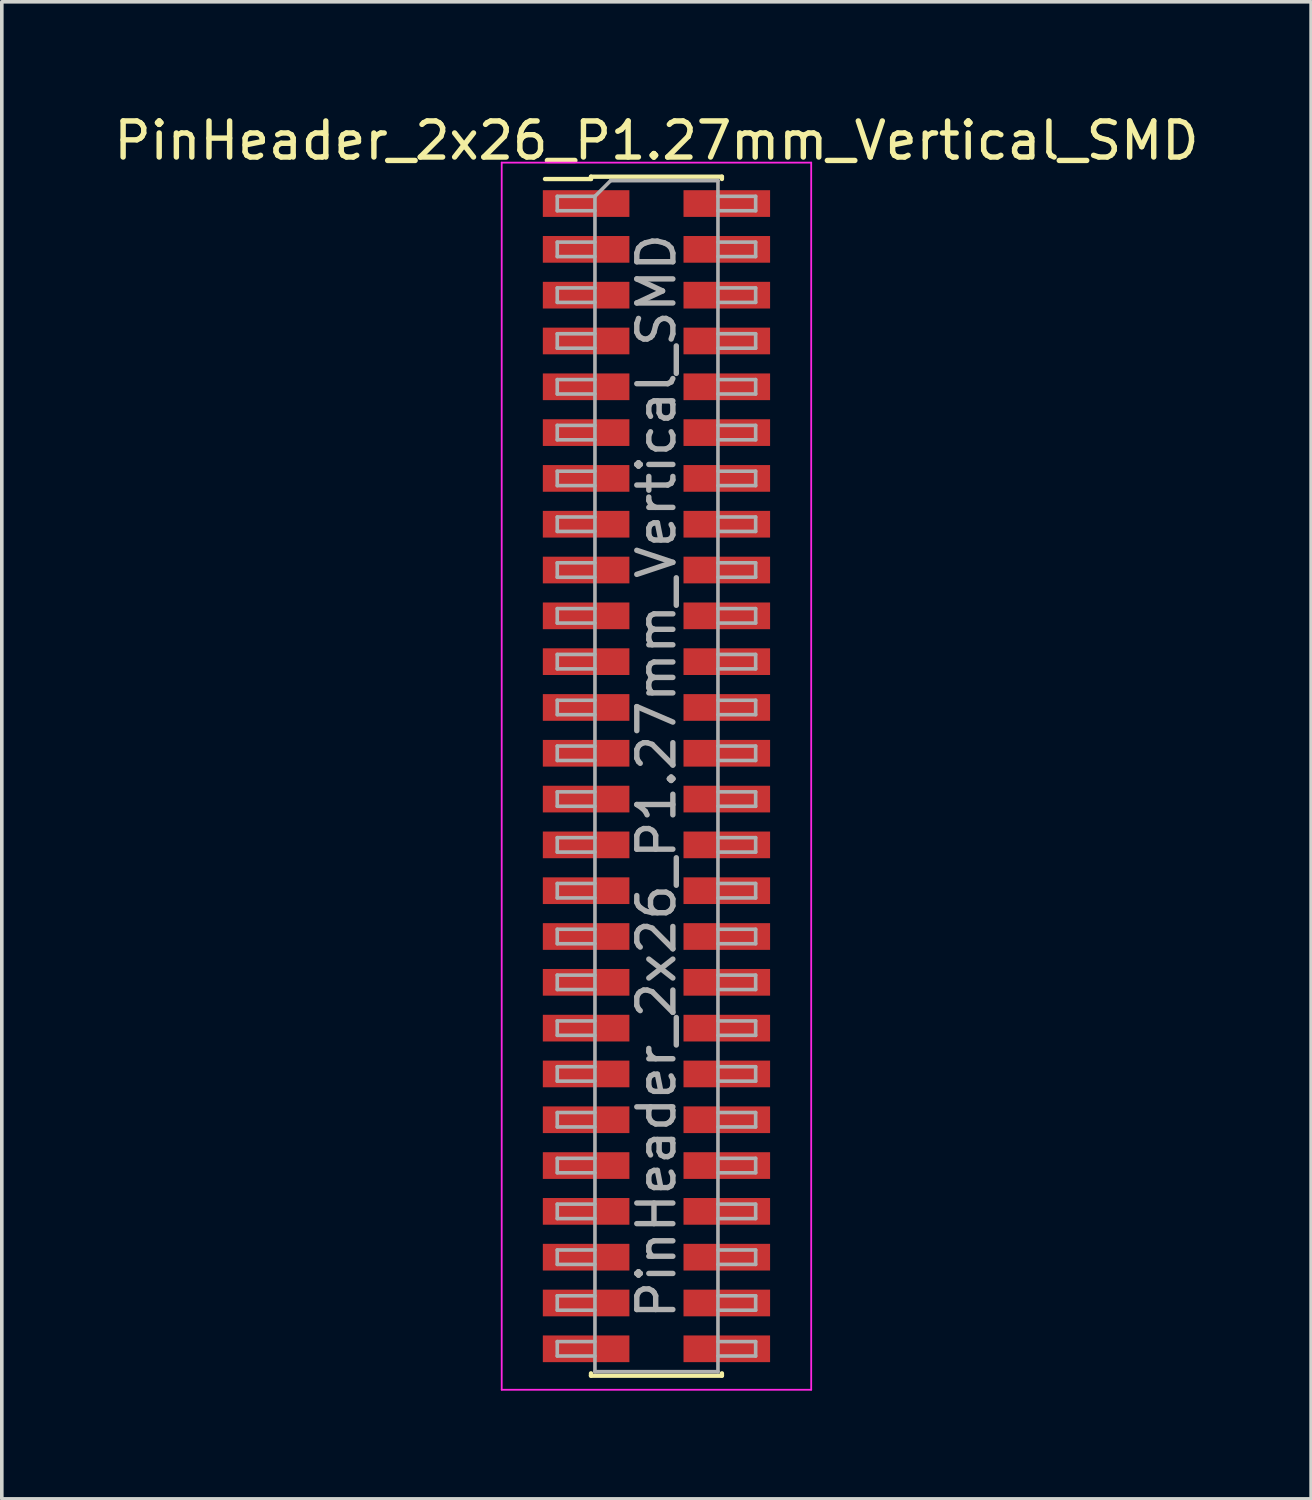
<source format=kicad_pcb>
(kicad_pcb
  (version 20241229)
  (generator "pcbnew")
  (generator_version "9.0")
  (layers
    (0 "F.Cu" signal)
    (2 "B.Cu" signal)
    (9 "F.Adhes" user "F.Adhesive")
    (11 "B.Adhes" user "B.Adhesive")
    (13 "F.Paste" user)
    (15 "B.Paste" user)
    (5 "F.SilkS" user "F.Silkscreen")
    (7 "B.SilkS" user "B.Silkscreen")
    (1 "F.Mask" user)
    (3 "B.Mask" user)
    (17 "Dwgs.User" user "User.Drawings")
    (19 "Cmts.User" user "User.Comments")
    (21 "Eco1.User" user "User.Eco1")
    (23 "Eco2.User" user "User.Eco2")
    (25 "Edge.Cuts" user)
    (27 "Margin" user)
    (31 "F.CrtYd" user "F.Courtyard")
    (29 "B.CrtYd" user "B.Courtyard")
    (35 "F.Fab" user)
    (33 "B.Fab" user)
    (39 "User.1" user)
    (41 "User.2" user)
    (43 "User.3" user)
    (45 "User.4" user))
  (footprint "PinHeader_2x26_P1.27mm_Vertical_SMD"
    (layer "F.Cu")
    (at 15.149 18.468)
    (property "Reference" "PinHeader_2x26_P1.27mm_Vertical_SMD" (at 0 -17.62 0) (layer "F.SilkS") (effects (font (size 1 1) (thickness 0.15))))
    (attr smd)
    (fp_line (start -3.09 -16.555) (end -1.815 -16.555) (stroke (width 0.12) (type solid)) (layer "F.SilkS"))
    (fp_line (start -1.815 -16.62) (end -1.815 -16.555) (stroke (width 0.12) (type solid)) (layer "F.SilkS"))
    (fp_line (start -1.815 -16.62) (end 1.815 -16.62) (stroke (width 0.12) (type solid)) (layer "F.SilkS"))
    (fp_line (start -1.815 16.555) (end -1.815 16.62) (stroke (width 0.12) (type solid)) (layer "F.SilkS"))
    (fp_line (start -1.815 16.62) (end 1.815 16.62) (stroke (width 0.12) (type solid)) (layer "F.SilkS"))
    (fp_line (start 1.815 -16.62) (end 1.815 -16.555) (stroke (width 0.12) (type solid)) (layer "F.SilkS"))
    (fp_line (start 1.815 16.555) (end 1.815 16.62) (stroke (width 0.12) (type solid)) (layer "F.SilkS"))
    (fp_line (start -4.29 -17.01) (end -4.29 17.01) (stroke (width 0.05) (type solid)) (layer "F.CrtYd"))
    (fp_line (start -4.29 17.01) (end 4.29 17.01) (stroke (width 0.05) (type solid)) (layer "F.CrtYd"))
    (fp_line (start 4.29 -17.01) (end -4.29 -17.01) (stroke (width 0.05) (type solid)) (layer "F.CrtYd"))
    (fp_line (start 4.29 17.01) (end 4.29 -17.01) (stroke (width 0.05) (type solid)) (layer "F.CrtYd"))
    (fp_line (start -2.75 -16.075) (end -2.75 -15.675) (stroke (width 0.1) (type solid)) (layer "F.Fab"))
    (fp_line (start -2.75 -15.675) (end -1.705 -15.675) (stroke (width 0.1) (type solid)) (layer "F.Fab"))
    (fp_line (start -2.75 -14.805) (end -2.75 -14.405) (stroke (width 0.1) (type solid)) (layer "F.Fab"))
    (fp_line (start -2.75 -14.405) (end -1.705 -14.405) (stroke (width 0.1) (type solid)) (layer "F.Fab"))
    (fp_line (start -2.75 -13.535) (end -2.75 -13.135) (stroke (width 0.1) (type solid)) (layer "F.Fab"))
    (fp_line (start -2.75 -13.135) (end -1.705 -13.135) (stroke (width 0.1) (type solid)) (layer "F.Fab"))
    (fp_line (start -2.75 -12.265) (end -2.75 -11.865) (stroke (width 0.1) (type solid)) (layer "F.Fab"))
    (fp_line (start -2.75 -11.865) (end -1.705 -11.865) (stroke (width 0.1) (type solid)) (layer "F.Fab"))
    (fp_line (start -2.75 -10.995) (end -2.75 -10.595) (stroke (width 0.1) (type solid)) (layer "F.Fab"))
    (fp_line (start -2.75 -10.595) (end -1.705 -10.595) (stroke (width 0.1) (type solid)) (layer "F.Fab"))
    (fp_line (start -2.75 -9.725) (end -2.75 -9.325) (stroke (width 0.1) (type solid)) (layer "F.Fab"))
    (fp_line (start -2.75 -9.325) (end -1.705 -9.325) (stroke (width 0.1) (type solid)) (layer "F.Fab"))
    (fp_line (start -2.75 -8.455) (end -2.75 -8.055) (stroke (width 0.1) (type solid)) (layer "F.Fab"))
    (fp_line (start -2.75 -8.055) (end -1.705 -8.055) (stroke (width 0.1) (type solid)) (layer "F.Fab"))
    (fp_line (start -2.75 -7.185) (end -2.75 -6.785) (stroke (width 0.1) (type solid)) (layer "F.Fab"))
    (fp_line (start -2.75 -6.785) (end -1.705 -6.785) (stroke (width 0.1) (type solid)) (layer "F.Fab"))
    (fp_line (start -2.75 -5.915) (end -2.75 -5.515) (stroke (width 0.1) (type solid)) (layer "F.Fab"))
    (fp_line (start -2.75 -5.515) (end -1.705 -5.515) (stroke (width 0.1) (type solid)) (layer "F.Fab"))
    (fp_line (start -2.75 -4.645) (end -2.75 -4.245) (stroke (width 0.1) (type solid)) (layer "F.Fab"))
    (fp_line (start -2.75 -4.245) (end -1.705 -4.245) (stroke (width 0.1) (type solid)) (layer "F.Fab"))
    (fp_line (start -2.75 -3.375) (end -2.75 -2.975) (stroke (width 0.1) (type solid)) (layer "F.Fab"))
    (fp_line (start -2.75 -2.975) (end -1.705 -2.975) (stroke (width 0.1) (type solid)) (layer "F.Fab"))
    (fp_line (start -2.75 -2.105) (end -2.75 -1.705) (stroke (width 0.1) (type solid)) (layer "F.Fab"))
    (fp_line (start -2.75 -1.705) (end -1.705 -1.705) (stroke (width 0.1) (type solid)) (layer "F.Fab"))
    (fp_line (start -2.75 -0.835) (end -2.75 -0.435) (stroke (width 0.1) (type solid)) (layer "F.Fab"))
    (fp_line (start -2.75 -0.435) (end -1.705 -0.435) (stroke (width 0.1) (type solid)) (layer "F.Fab"))
    (fp_line (start -2.75 0.435) (end -2.75 0.835) (stroke (width 0.1) (type solid)) (layer "F.Fab"))
    (fp_line (start -2.75 0.835) (end -1.705 0.835) (stroke (width 0.1) (type solid)) (layer "F.Fab"))
    (fp_line (start -2.75 1.705) (end -2.75 2.105) (stroke (width 0.1) (type solid)) (layer "F.Fab"))
    (fp_line (start -2.75 2.105) (end -1.705 2.105) (stroke (width 0.1) (type solid)) (layer "F.Fab"))
    (fp_line (start -2.75 2.975) (end -2.75 3.375) (stroke (width 0.1) (type solid)) (layer "F.Fab"))
    (fp_line (start -2.75 3.375) (end -1.705 3.375) (stroke (width 0.1) (type solid)) (layer "F.Fab"))
    (fp_line (start -2.75 4.245) (end -2.75 4.645) (stroke (width 0.1) (type solid)) (layer "F.Fab"))
    (fp_line (start -2.75 4.645) (end -1.705 4.645) (stroke (width 0.1) (type solid)) (layer "F.Fab"))
    (fp_line (start -2.75 5.515) (end -2.75 5.915) (stroke (width 0.1) (type solid)) (layer "F.Fab"))
    (fp_line (start -2.75 5.915) (end -1.705 5.915) (stroke (width 0.1) (type solid)) (layer "F.Fab"))
    (fp_line (start -2.75 6.785) (end -2.75 7.185) (stroke (width 0.1) (type solid)) (layer "F.Fab"))
    (fp_line (start -2.75 7.185) (end -1.705 7.185) (stroke (width 0.1) (type solid)) (layer "F.Fab"))
    (fp_line (start -2.75 8.055) (end -2.75 8.455) (stroke (width 0.1) (type solid)) (layer "F.Fab"))
    (fp_line (start -2.75 8.455) (end -1.705 8.455) (stroke (width 0.1) (type solid)) (layer "F.Fab"))
    (fp_line (start -2.75 9.325) (end -2.75 9.725) (stroke (width 0.1) (type solid)) (layer "F.Fab"))
    (fp_line (start -2.75 9.725) (end -1.705 9.725) (stroke (width 0.1) (type solid)) (layer "F.Fab"))
    (fp_line (start -2.75 10.595) (end -2.75 10.995) (stroke (width 0.1) (type solid)) (layer "F.Fab"))
    (fp_line (start -2.75 10.995) (end -1.705 10.995) (stroke (width 0.1) (type solid)) (layer "F.Fab"))
    (fp_line (start -2.75 11.865) (end -2.75 12.265) (stroke (width 0.1) (type solid)) (layer "F.Fab"))
    (fp_line (start -2.75 12.265) (end -1.705 12.265) (stroke (width 0.1) (type solid)) (layer "F.Fab"))
    (fp_line (start -2.75 13.135) (end -2.75 13.535) (stroke (width 0.1) (type solid)) (layer "F.Fab"))
    (fp_line (start -2.75 13.535) (end -1.705 13.535) (stroke (width 0.1) (type solid)) (layer "F.Fab"))
    (fp_line (start -2.75 14.405) (end -2.75 14.805) (stroke (width 0.1) (type solid)) (layer "F.Fab"))
    (fp_line (start -2.75 14.805) (end -1.705 14.805) (stroke (width 0.1) (type solid)) (layer "F.Fab"))
    (fp_line (start -2.75 15.675) (end -2.75 16.075) (stroke (width 0.1) (type solid)) (layer "F.Fab"))
    (fp_line (start -2.75 16.075) (end -1.705 16.075) (stroke (width 0.1) (type solid)) (layer "F.Fab"))
    (fp_line (start -1.705 -16.075) (end -2.75 -16.075) (stroke (width 0.1) (type solid)) (layer "F.Fab"))
    (fp_line (start -1.705 -16.075) (end -1.27 -16.51) (stroke (width 0.1) (type solid)) (layer "F.Fab"))
    (fp_line (start -1.705 -14.805) (end -2.75 -14.805) (stroke (width 0.1) (type solid)) (layer "F.Fab"))
    (fp_line (start -1.705 -13.535) (end -2.75 -13.535) (stroke (width 0.1) (type solid)) (layer "F.Fab"))
    (fp_line (start -1.705 -12.265) (end -2.75 -12.265) (stroke (width 0.1) (type solid)) (layer "F.Fab"))
    (fp_line (start -1.705 -10.995) (end -2.75 -10.995) (stroke (width 0.1) (type solid)) (layer "F.Fab"))
    (fp_line (start -1.705 -9.725) (end -2.75 -9.725) (stroke (width 0.1) (type solid)) (layer "F.Fab"))
    (fp_line (start -1.705 -8.455) (end -2.75 -8.455) (stroke (width 0.1) (type solid)) (layer "F.Fab"))
    (fp_line (start -1.705 -7.185) (end -2.75 -7.185) (stroke (width 0.1) (type solid)) (layer "F.Fab"))
    (fp_line (start -1.705 -5.915) (end -2.75 -5.915) (stroke (width 0.1) (type solid)) (layer "F.Fab"))
    (fp_line (start -1.705 -4.645) (end -2.75 -4.645) (stroke (width 0.1) (type solid)) (layer "F.Fab"))
    (fp_line (start -1.705 -3.375) (end -2.75 -3.375) (stroke (width 0.1) (type solid)) (layer "F.Fab"))
    (fp_line (start -1.705 -2.105) (end -2.75 -2.105) (stroke (width 0.1) (type solid)) (layer "F.Fab"))
    (fp_line (start -1.705 -0.835) (end -2.75 -0.835) (stroke (width 0.1) (type solid)) (layer "F.Fab"))
    (fp_line (start -1.705 0.435) (end -2.75 0.435) (stroke (width 0.1) (type solid)) (layer "F.Fab"))
    (fp_line (start -1.705 1.705) (end -2.75 1.705) (stroke (width 0.1) (type solid)) (layer "F.Fab"))
    (fp_line (start -1.705 2.975) (end -2.75 2.975) (stroke (width 0.1) (type solid)) (layer "F.Fab"))
    (fp_line (start -1.705 4.245) (end -2.75 4.245) (stroke (width 0.1) (type solid)) (layer "F.Fab"))
    (fp_line (start -1.705 5.515) (end -2.75 5.515) (stroke (width 0.1) (type solid)) (layer "F.Fab"))
    (fp_line (start -1.705 6.785) (end -2.75 6.785) (stroke (width 0.1) (type solid)) (layer "F.Fab"))
    (fp_line (start -1.705 8.055) (end -2.75 8.055) (stroke (width 0.1) (type solid)) (layer "F.Fab"))
    (fp_line (start -1.705 9.325) (end -2.75 9.325) (stroke (width 0.1) (type solid)) (layer "F.Fab"))
    (fp_line (start -1.705 10.595) (end -2.75 10.595) (stroke (width 0.1) (type solid)) (layer "F.Fab"))
    (fp_line (start -1.705 11.865) (end -2.75 11.865) (stroke (width 0.1) (type solid)) (layer "F.Fab"))
    (fp_line (start -1.705 13.135) (end -2.75 13.135) (stroke (width 0.1) (type solid)) (layer "F.Fab"))
    (fp_line (start -1.705 14.405) (end -2.75 14.405) (stroke (width 0.1) (type solid)) (layer "F.Fab"))
    (fp_line (start -1.705 15.675) (end -2.75 15.675) (stroke (width 0.1) (type solid)) (layer "F.Fab"))
    (fp_line (start -1.705 16.51) (end -1.705 -16.075) (stroke (width 0.1) (type solid)) (layer "F.Fab"))
    (fp_line (start -1.27 -16.51) (end 1.705 -16.51) (stroke (width 0.1) (type solid)) (layer "F.Fab"))
    (fp_line (start 1.705 -16.51) (end 1.705 16.51) (stroke (width 0.1) (type solid)) (layer "F.Fab"))
    (fp_line (start 1.705 -16.075) (end 2.75 -16.075) (stroke (width 0.1) (type solid)) (layer "F.Fab"))
    (fp_line (start 1.705 -14.805) (end 2.75 -14.805) (stroke (width 0.1) (type solid)) (layer "F.Fab"))
    (fp_line (start 1.705 -13.535) (end 2.75 -13.535) (stroke (width 0.1) (type solid)) (layer "F.Fab"))
    (fp_line (start 1.705 -12.265) (end 2.75 -12.265) (stroke (width 0.1) (type solid)) (layer "F.Fab"))
    (fp_line (start 1.705 -10.995) (end 2.75 -10.995) (stroke (width 0.1) (type solid)) (layer "F.Fab"))
    (fp_line (start 1.705 -9.725) (end 2.75 -9.725) (stroke (width 0.1) (type solid)) (layer "F.Fab"))
    (fp_line (start 1.705 -8.455) (end 2.75 -8.455) (stroke (width 0.1) (type solid)) (layer "F.Fab"))
    (fp_line (start 1.705 -7.185) (end 2.75 -7.185) (stroke (width 0.1) (type solid)) (layer "F.Fab"))
    (fp_line (start 1.705 -5.915) (end 2.75 -5.915) (stroke (width 0.1) (type solid)) (layer "F.Fab"))
    (fp_line (start 1.705 -4.645) (end 2.75 -4.645) (stroke (width 0.1) (type solid)) (layer "F.Fab"))
    (fp_line (start 1.705 -3.375) (end 2.75 -3.375) (stroke (width 0.1) (type solid)) (layer "F.Fab"))
    (fp_line (start 1.705 -2.105) (end 2.75 -2.105) (stroke (width 0.1) (type solid)) (layer "F.Fab"))
    (fp_line (start 1.705 -0.835) (end 2.75 -0.835) (stroke (width 0.1) (type solid)) (layer "F.Fab"))
    (fp_line (start 1.705 0.435) (end 2.75 0.435) (stroke (width 0.1) (type solid)) (layer "F.Fab"))
    (fp_line (start 1.705 1.705) (end 2.75 1.705) (stroke (width 0.1) (type solid)) (layer "F.Fab"))
    (fp_line (start 1.705 2.975) (end 2.75 2.975) (stroke (width 0.1) (type solid)) (layer "F.Fab"))
    (fp_line (start 1.705 4.245) (end 2.75 4.245) (stroke (width 0.1) (type solid)) (layer "F.Fab"))
    (fp_line (start 1.705 5.515) (end 2.75 5.515) (stroke (width 0.1) (type solid)) (layer "F.Fab"))
    (fp_line (start 1.705 6.785) (end 2.75 6.785) (stroke (width 0.1) (type solid)) (layer "F.Fab"))
    (fp_line (start 1.705 8.055) (end 2.75 8.055) (stroke (width 0.1) (type solid)) (layer "F.Fab"))
    (fp_line (start 1.705 9.325) (end 2.75 9.325) (stroke (width 0.1) (type solid)) (layer "F.Fab"))
    (fp_line (start 1.705 10.595) (end 2.75 10.595) (stroke (width 0.1) (type solid)) (layer "F.Fab"))
    (fp_line (start 1.705 11.865) (end 2.75 11.865) (stroke (width 0.1) (type solid)) (layer "F.Fab"))
    (fp_line (start 1.705 13.135) (end 2.75 13.135) (stroke (width 0.1) (type solid)) (layer "F.Fab"))
    (fp_line (start 1.705 14.405) (end 2.75 14.405) (stroke (width 0.1) (type solid)) (layer "F.Fab"))
    (fp_line (start 1.705 15.675) (end 2.75 15.675) (stroke (width 0.1) (type solid)) (layer "F.Fab"))
    (fp_line (start 1.705 16.51) (end -1.705 16.51) (stroke (width 0.1) (type solid)) (layer "F.Fab"))
    (fp_line (start 2.75 -16.075) (end 2.75 -15.675) (stroke (width 0.1) (type solid)) (layer "F.Fab"))
    (fp_line (start 2.75 -15.675) (end 1.705 -15.675) (stroke (width 0.1) (type solid)) (layer "F.Fab"))
    (fp_line (start 2.75 -14.805) (end 2.75 -14.405) (stroke (width 0.1) (type solid)) (layer "F.Fab"))
    (fp_line (start 2.75 -14.405) (end 1.705 -14.405) (stroke (width 0.1) (type solid)) (layer "F.Fab"))
    (fp_line (start 2.75 -13.535) (end 2.75 -13.135) (stroke (width 0.1) (type solid)) (layer "F.Fab"))
    (fp_line (start 2.75 -13.135) (end 1.705 -13.135) (stroke (width 0.1) (type solid)) (layer "F.Fab"))
    (fp_line (start 2.75 -12.265) (end 2.75 -11.865) (stroke (width 0.1) (type solid)) (layer "F.Fab"))
    (fp_line (start 2.75 -11.865) (end 1.705 -11.865) (stroke (width 0.1) (type solid)) (layer "F.Fab"))
    (fp_line (start 2.75 -10.995) (end 2.75 -10.595) (stroke (width 0.1) (type solid)) (layer "F.Fab"))
    (fp_line (start 2.75 -10.595) (end 1.705 -10.595) (stroke (width 0.1) (type solid)) (layer "F.Fab"))
    (fp_line (start 2.75 -9.725) (end 2.75 -9.325) (stroke (width 0.1) (type solid)) (layer "F.Fab"))
    (fp_line (start 2.75 -9.325) (end 1.705 -9.325) (stroke (width 0.1) (type solid)) (layer "F.Fab"))
    (fp_line (start 2.75 -8.455) (end 2.75 -8.055) (stroke (width 0.1) (type solid)) (layer "F.Fab"))
    (fp_line (start 2.75 -8.055) (end 1.705 -8.055) (stroke (width 0.1) (type solid)) (layer "F.Fab"))
    (fp_line (start 2.75 -7.185) (end 2.75 -6.785) (stroke (width 0.1) (type solid)) (layer "F.Fab"))
    (fp_line (start 2.75 -6.785) (end 1.705 -6.785) (stroke (width 0.1) (type solid)) (layer "F.Fab"))
    (fp_line (start 2.75 -5.915) (end 2.75 -5.515) (stroke (width 0.1) (type solid)) (layer "F.Fab"))
    (fp_line (start 2.75 -5.515) (end 1.705 -5.515) (stroke (width 0.1) (type solid)) (layer "F.Fab"))
    (fp_line (start 2.75 -4.645) (end 2.75 -4.245) (stroke (width 0.1) (type solid)) (layer "F.Fab"))
    (fp_line (start 2.75 -4.245) (end 1.705 -4.245) (stroke (width 0.1) (type solid)) (layer "F.Fab"))
    (fp_line (start 2.75 -3.375) (end 2.75 -2.975) (stroke (width 0.1) (type solid)) (layer "F.Fab"))
    (fp_line (start 2.75 -2.975) (end 1.705 -2.975) (stroke (width 0.1) (type solid)) (layer "F.Fab"))
    (fp_line (start 2.75 -2.105) (end 2.75 -1.705) (stroke (width 0.1) (type solid)) (layer "F.Fab"))
    (fp_line (start 2.75 -1.705) (end 1.705 -1.705) (stroke (width 0.1) (type solid)) (layer "F.Fab"))
    (fp_line (start 2.75 -0.835) (end 2.75 -0.435) (stroke (width 0.1) (type solid)) (layer "F.Fab"))
    (fp_line (start 2.75 -0.435) (end 1.705 -0.435) (stroke (width 0.1) (type solid)) (layer "F.Fab"))
    (fp_line (start 2.75 0.435) (end 2.75 0.835) (stroke (width 0.1) (type solid)) (layer "F.Fab"))
    (fp_line (start 2.75 0.835) (end 1.705 0.835) (stroke (width 0.1) (type solid)) (layer "F.Fab"))
    (fp_line (start 2.75 1.705) (end 2.75 2.105) (stroke (width 0.1) (type solid)) (layer "F.Fab"))
    (fp_line (start 2.75 2.105) (end 1.705 2.105) (stroke (width 0.1) (type solid)) (layer "F.Fab"))
    (fp_line (start 2.75 2.975) (end 2.75 3.375) (stroke (width 0.1) (type solid)) (layer "F.Fab"))
    (fp_line (start 2.75 3.375) (end 1.705 3.375) (stroke (width 0.1) (type solid)) (layer "F.Fab"))
    (fp_line (start 2.75 4.245) (end 2.75 4.645) (stroke (width 0.1) (type solid)) (layer "F.Fab"))
    (fp_line (start 2.75 4.645) (end 1.705 4.645) (stroke (width 0.1) (type solid)) (layer "F.Fab"))
    (fp_line (start 2.75 5.515) (end 2.75 5.915) (stroke (width 0.1) (type solid)) (layer "F.Fab"))
    (fp_line (start 2.75 5.915) (end 1.705 5.915) (stroke (width 0.1) (type solid)) (layer "F.Fab"))
    (fp_line (start 2.75 6.785) (end 2.75 7.185) (stroke (width 0.1) (type solid)) (layer "F.Fab"))
    (fp_line (start 2.75 7.185) (end 1.705 7.185) (stroke (width 0.1) (type solid)) (layer "F.Fab"))
    (fp_line (start 2.75 8.055) (end 2.75 8.455) (stroke (width 0.1) (type solid)) (layer "F.Fab"))
    (fp_line (start 2.75 8.455) (end 1.705 8.455) (stroke (width 0.1) (type solid)) (layer "F.Fab"))
    (fp_line (start 2.75 9.325) (end 2.75 9.725) (stroke (width 0.1) (type solid)) (layer "F.Fab"))
    (fp_line (start 2.75 9.725) (end 1.705 9.725) (stroke (width 0.1) (type solid)) (layer "F.Fab"))
    (fp_line (start 2.75 10.595) (end 2.75 10.995) (stroke (width 0.1) (type solid)) (layer "F.Fab"))
    (fp_line (start 2.75 10.995) (end 1.705 10.995) (stroke (width 0.1) (type solid)) (layer "F.Fab"))
    (fp_line (start 2.75 11.865) (end 2.75 12.265) (stroke (width 0.1) (type solid)) (layer "F.Fab"))
    (fp_line (start 2.75 12.265) (end 1.705 12.265) (stroke (width 0.1) (type solid)) (layer "F.Fab"))
    (fp_line (start 2.75 13.135) (end 2.75 13.535) (stroke (width 0.1) (type solid)) (layer "F.Fab"))
    (fp_line (start 2.75 13.535) (end 1.705 13.535) (stroke (width 0.1) (type solid)) (layer "F.Fab"))
    (fp_line (start 2.75 14.405) (end 2.75 14.805) (stroke (width 0.1) (type solid)) (layer "F.Fab"))
    (fp_line (start 2.75 14.805) (end 1.705 14.805) (stroke (width 0.1) (type solid)) (layer "F.Fab"))
    (fp_line (start 2.75 15.675) (end 2.75 16.075) (stroke (width 0.1) (type solid)) (layer "F.Fab"))
    (fp_line (start 2.75 16.075) (end 1.705 16.075) (stroke (width 0.1) (type solid)) (layer "F.Fab"))
    (fp_text user "${REFERENCE}" (at 0 0 90) (layer "F.Fab") (effects (font (size 1 1) (thickness 0.15))))
    (pad "1" smd rect (at -1.95 -15.875) (size 2.4 0.74) (layers "F.Cu" "F.Mask" "F.Paste"))
    (pad "2" smd rect (at 1.95 -15.875) (size 2.4 0.74) (layers "F.Cu" "F.Mask" "F.Paste"))
    (pad "3" smd rect (at -1.95 -14.605) (size 2.4 0.74) (layers "F.Cu" "F.Mask" "F.Paste"))
    (pad "4" smd rect (at 1.95 -14.605) (size 2.4 0.74) (layers "F.Cu" "F.Mask" "F.Paste"))
    (pad "5" smd rect (at -1.95 -13.335) (size 2.4 0.74) (layers "F.Cu" "F.Mask" "F.Paste"))
    (pad "6" smd rect (at 1.95 -13.335) (size 2.4 0.74) (layers "F.Cu" "F.Mask" "F.Paste"))
    (pad "7" smd rect (at -1.95 -12.065) (size 2.4 0.74) (layers "F.Cu" "F.Mask" "F.Paste"))
    (pad "8" smd rect (at 1.95 -12.065) (size 2.4 0.74) (layers "F.Cu" "F.Mask" "F.Paste"))
    (pad "9" smd rect (at -1.95 -10.795) (size 2.4 0.74) (layers "F.Cu" "F.Mask" "F.Paste"))
    (pad "10" smd rect (at 1.95 -10.795) (size 2.4 0.74) (layers "F.Cu" "F.Mask" "F.Paste"))
    (pad "11" smd rect (at -1.95 -9.525) (size 2.4 0.74) (layers "F.Cu" "F.Mask" "F.Paste"))
    (pad "12" smd rect (at 1.95 -9.525) (size 2.4 0.74) (layers "F.Cu" "F.Mask" "F.Paste"))
    (pad "13" smd rect (at -1.95 -8.255) (size 2.4 0.74) (layers "F.Cu" "F.Mask" "F.Paste"))
    (pad "14" smd rect (at 1.95 -8.255) (size 2.4 0.74) (layers "F.Cu" "F.Mask" "F.Paste"))
    (pad "15" smd rect (at -1.95 -6.985) (size 2.4 0.74) (layers "F.Cu" "F.Mask" "F.Paste"))
    (pad "16" smd rect (at 1.95 -6.985) (size 2.4 0.74) (layers "F.Cu" "F.Mask" "F.Paste"))
    (pad "17" smd rect (at -1.95 -5.715) (size 2.4 0.74) (layers "F.Cu" "F.Mask" "F.Paste"))
    (pad "18" smd rect (at 1.95 -5.715) (size 2.4 0.74) (layers "F.Cu" "F.Mask" "F.Paste"))
    (pad "19" smd rect (at -1.95 -4.445) (size 2.4 0.74) (layers "F.Cu" "F.Mask" "F.Paste"))
    (pad "20" smd rect (at 1.95 -4.445) (size 2.4 0.74) (layers "F.Cu" "F.Mask" "F.Paste"))
    (pad "21" smd rect (at -1.95 -3.175) (size 2.4 0.74) (layers "F.Cu" "F.Mask" "F.Paste"))
    (pad "22" smd rect (at 1.95 -3.175) (size 2.4 0.74) (layers "F.Cu" "F.Mask" "F.Paste"))
    (pad "23" smd rect (at -1.95 -1.905) (size 2.4 0.74) (layers "F.Cu" "F.Mask" "F.Paste"))
    (pad "24" smd rect (at 1.95 -1.905) (size 2.4 0.74) (layers "F.Cu" "F.Mask" "F.Paste"))
    (pad "25" smd rect (at -1.95 -0.635) (size 2.4 0.74) (layers "F.Cu" "F.Mask" "F.Paste"))
    (pad "26" smd rect (at 1.95 -0.635) (size 2.4 0.74) (layers "F.Cu" "F.Mask" "F.Paste"))
    (pad "27" smd rect (at -1.95 0.635) (size 2.4 0.74) (layers "F.Cu" "F.Mask" "F.Paste"))
    (pad "28" smd rect (at 1.95 0.635) (size 2.4 0.74) (layers "F.Cu" "F.Mask" "F.Paste"))
    (pad "29" smd rect (at -1.95 1.905) (size 2.4 0.74) (layers "F.Cu" "F.Mask" "F.Paste"))
    (pad "30" smd rect (at 1.95 1.905) (size 2.4 0.74) (layers "F.Cu" "F.Mask" "F.Paste"))
    (pad "31" smd rect (at -1.95 3.175) (size 2.4 0.74) (layers "F.Cu" "F.Mask" "F.Paste"))
    (pad "32" smd rect (at 1.95 3.175) (size 2.4 0.74) (layers "F.Cu" "F.Mask" "F.Paste"))
    (pad "33" smd rect (at -1.95 4.445) (size 2.4 0.74) (layers "F.Cu" "F.Mask" "F.Paste"))
    (pad "34" smd rect (at 1.95 4.445) (size 2.4 0.74) (layers "F.Cu" "F.Mask" "F.Paste"))
    (pad "35" smd rect (at -1.95 5.715) (size 2.4 0.74) (layers "F.Cu" "F.Mask" "F.Paste"))
    (pad "36" smd rect (at 1.95 5.715) (size 2.4 0.74) (layers "F.Cu" "F.Mask" "F.Paste"))
    (pad "37" smd rect (at -1.95 6.985) (size 2.4 0.74) (layers "F.Cu" "F.Mask" "F.Paste"))
    (pad "38" smd rect (at 1.95 6.985) (size 2.4 0.74) (layers "F.Cu" "F.Mask" "F.Paste"))
    (pad "39" smd rect (at -1.95 8.255) (size 2.4 0.74) (layers "F.Cu" "F.Mask" "F.Paste"))
    (pad "40" smd rect (at 1.95 8.255) (size 2.4 0.74) (layers "F.Cu" "F.Mask" "F.Paste"))
    (pad "41" smd rect (at -1.95 9.525) (size 2.4 0.74) (layers "F.Cu" "F.Mask" "F.Paste"))
    (pad "42" smd rect (at 1.95 9.525) (size 2.4 0.74) (layers "F.Cu" "F.Mask" "F.Paste"))
    (pad "43" smd rect (at -1.95 10.795) (size 2.4 0.74) (layers "F.Cu" "F.Mask" "F.Paste"))
    (pad "44" smd rect (at 1.95 10.795) (size 2.4 0.74) (layers "F.Cu" "F.Mask" "F.Paste"))
    (pad "45" smd rect (at -1.95 12.065) (size 2.4 0.74) (layers "F.Cu" "F.Mask" "F.Paste"))
    (pad "46" smd rect (at 1.95 12.065) (size 2.4 0.74) (layers "F.Cu" "F.Mask" "F.Paste"))
    (pad "47" smd rect (at -1.95 13.335) (size 2.4 0.74) (layers "F.Cu" "F.Mask" "F.Paste"))
    (pad "48" smd rect (at 1.95 13.335) (size 2.4 0.74) (layers "F.Cu" "F.Mask" "F.Paste"))
    (pad "49" smd rect (at -1.95 14.605) (size 2.4 0.74) (layers "F.Cu" "F.Mask" "F.Paste"))
    (pad "50" smd rect (at 1.95 14.605) (size 2.4 0.74) (layers "F.Cu" "F.Mask" "F.Paste"))
    (pad "51" smd rect (at -1.95 15.875) (size 2.4 0.74) (layers "F.Cu" "F.Mask" "F.Paste"))
    (pad "52" smd rect (at 1.95 15.875) (size 2.4 0.74) (layers "F.Cu" "F.Mask" "F.Paste")))
  (gr_rect
    (start -3 -3)
    (end 33.298 38.503)
    (stroke (width 0.1) (type default))
    (fill no)
    (layer "Edge.Cuts")))
</source>
